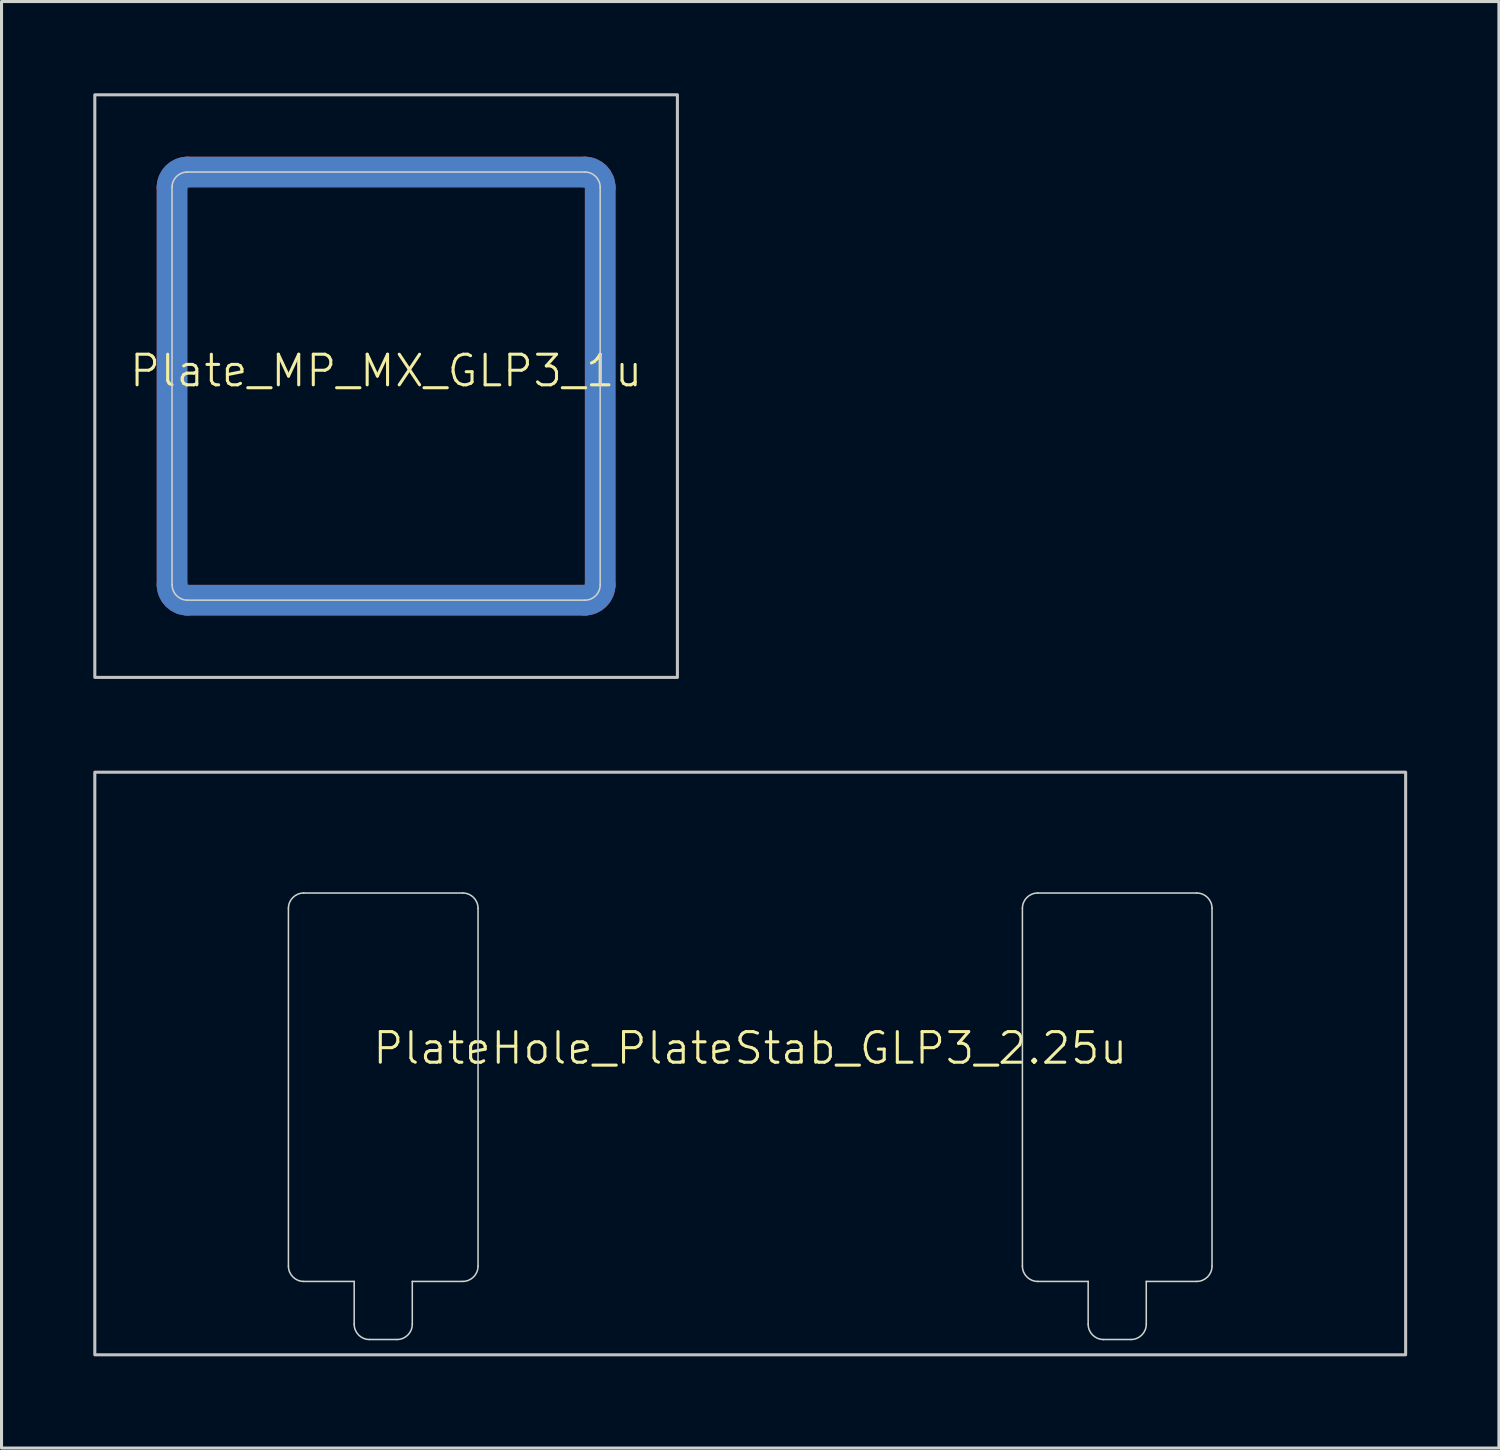
<source format=kicad_pcb>
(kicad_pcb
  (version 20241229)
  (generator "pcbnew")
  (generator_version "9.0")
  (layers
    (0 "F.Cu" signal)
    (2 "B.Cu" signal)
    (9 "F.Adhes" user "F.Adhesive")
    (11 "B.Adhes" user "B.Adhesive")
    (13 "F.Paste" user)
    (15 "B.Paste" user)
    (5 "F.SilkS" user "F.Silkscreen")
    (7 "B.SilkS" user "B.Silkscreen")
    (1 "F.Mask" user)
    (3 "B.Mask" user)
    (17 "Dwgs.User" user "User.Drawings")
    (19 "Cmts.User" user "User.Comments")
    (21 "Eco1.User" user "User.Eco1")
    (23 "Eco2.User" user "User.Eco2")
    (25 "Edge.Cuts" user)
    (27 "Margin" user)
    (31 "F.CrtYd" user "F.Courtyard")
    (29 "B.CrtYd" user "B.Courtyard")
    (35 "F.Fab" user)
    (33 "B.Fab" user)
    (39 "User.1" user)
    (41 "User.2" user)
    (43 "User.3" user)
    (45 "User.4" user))
  (footprint "Plate_MP_MX_GLP3_1u"
    (layer "F.Cu")
    (at 9.575 9.575)
    (property "Reference" "Plate_MP_MX_GLP3_1u" (at 0 -0.5 0) (unlocked yes) (layer "F.SilkS") (effects (font (size 1 1) (thickness 0.1))))
    (attr exclude_from_pos_files exclude_from_bom allow_missing_courtyard)
    (fp_line (start -7 -6.5) (end -7 6.5) (stroke (width 1) (type solid)) (layer "F.Cu"))
    (fp_line (start -6.5 7) (end 6.5 7) (stroke (width 1) (type solid)) (layer "F.Cu"))
    (fp_line (start 6.5 -7) (end -6.5 -7) (stroke (width 1) (type solid)) (layer "F.Cu"))
    (fp_line (start 7 6.5) (end 7 -6.5) (stroke (width 1) (type solid)) (layer "F.Cu"))
    (fp_arc (start -7 -6.5) (mid -6.853554 -6.853554) (end -6.5 -7) (stroke (width 1) (type solid)) (layer "F.Cu"))
    (fp_arc (start -6.497236 6.998884) (mid -6.85079 6.852438) (end -6.997236 6.498884) (stroke (width 1) (type solid)) (layer "F.Cu"))
    (fp_arc (start 6.5 -7) (mid 6.853554 -6.853554) (end 7 -6.5) (stroke (width 1) (type solid)) (layer "F.Cu"))
    (fp_arc (start 7 6.5) (mid 6.853554 6.853554) (end 6.5 7) (stroke (width 1) (type solid)) (layer "F.Cu"))
    (fp_line (start -7 -6.5) (end -7 6.5) (stroke (width 1.1) (type solid)) (layer "F.Mask"))
    (fp_line (start -6.5 7) (end 6.5 7) (stroke (width 1.1) (type solid)) (layer "F.Mask"))
    (fp_line (start 6.5 -7) (end -6.5 -7) (stroke (width 1.1) (type solid)) (layer "F.Mask"))
    (fp_line (start 7 6.5) (end 7 -6.5) (stroke (width 1.1) (type solid)) (layer "F.Mask"))
    (fp_arc (start -7 -6.5) (mid -6.853554 -6.853554) (end -6.5 -7) (stroke (width 1.1) (type solid)) (layer "F.Mask"))
    (fp_arc (start -6.497236 6.998884) (mid -6.85079 6.852438) (end -6.997236 6.498884) (stroke (width 1.1) (type solid)) (layer "F.Mask"))
    (fp_arc (start 6.5 -7) (mid 6.853554 -6.853554) (end 7 -6.5) (stroke (width 1.1) (type solid)) (layer "F.Mask"))
    (fp_arc (start 7 6.5) (mid 6.853554 6.853554) (end 6.5 7) (stroke (width 1.1) (type solid)) (layer "F.Mask"))
    (fp_line (start -7 6.5) (end -7 -6.5) (stroke (width 1) (type solid)) (layer "B.Cu"))
    (fp_line (start -6.5 -7) (end 6.5 -7) (stroke (width 1) (type solid)) (layer "B.Cu"))
    (fp_line (start 6.5 7) (end -6.5 7) (stroke (width 1) (type solid)) (layer "B.Cu"))
    (fp_line (start 7 -6.5) (end 7 6.5) (stroke (width 1) (type solid)) (layer "B.Cu"))
    (fp_arc (start -7 -6.5) (mid -6.853553 -6.853553) (end -6.5 -7) (stroke (width 1) (type solid)) (layer "B.Cu"))
    (fp_arc (start -6.5 7) (mid -6.853553 6.853553) (end -7 6.5) (stroke (width 1) (type solid)) (layer "B.Cu"))
    (fp_arc (start 6.5 -7) (mid 6.853554 -6.853554) (end 7 -6.5) (stroke (width 1) (type solid)) (layer "B.Cu"))
    (fp_arc (start 6.997236 6.498884) (mid 6.85079 6.852438) (end 6.497236 6.998884) (stroke (width 1) (type solid)) (layer "B.Cu"))
    (fp_line (start -7 6.5) (end -7 -6.5) (stroke (width 1.1) (type solid)) (layer "B.Mask"))
    (fp_line (start -6.5 -7) (end 6.5 -7) (stroke (width 1.1) (type solid)) (layer "B.Mask"))
    (fp_line (start 6.5 7) (end -6.5 7) (stroke (width 1.1) (type solid)) (layer "B.Mask"))
    (fp_line (start 7 -6.5) (end 7 6.5) (stroke (width 1.1) (type solid)) (layer "B.Mask"))
    (fp_arc (start -7 -6.5) (mid -6.853553 -6.853553) (end -6.5 -7) (stroke (width 1.1) (type solid)) (layer "B.Mask"))
    (fp_arc (start -6.5 7) (mid -6.853553 6.853553) (end -7 6.5) (stroke (width 1.1) (type solid)) (layer "B.Mask"))
    (fp_arc (start 6.5 -7) (mid 6.853554 -6.853554) (end 7 -6.5) (stroke (width 1.1) (type solid)) (layer "B.Mask"))
    (fp_arc (start 6.997236 6.498884) (mid 6.85079 6.852438) (end 6.497236 6.998884) (stroke (width 1.1) (type solid)) (layer "B.Mask"))
    (fp_rect (start -9.525 -9.525) (end 9.525 9.525) (stroke (width 0.1) (type solid)) (fill no) (layer "Dwgs.User"))
    (fp_line (start -7 -6.5) (end -7 6.5) (stroke (width 0.05) (type solid)) (layer "Edge.Cuts"))
    (fp_line (start -6.5 7) (end 6.5 7) (stroke (width 0.05) (type solid)) (layer "Edge.Cuts"))
    (fp_line (start 6.5 -7) (end -6.5 -7) (stroke (width 0.05) (type solid)) (layer "Edge.Cuts"))
    (fp_line (start 7 6.5) (end 7 -6.5) (stroke (width 0.05) (type solid)) (layer "Edge.Cuts"))
    (fp_arc (start -7 -6.5) (mid -6.853553 -6.853553) (end -6.5 -7) (stroke (width 0.05) (type solid)) (layer "Edge.Cuts"))
    (fp_arc (start -6.497236 6.998884) (mid -6.850789 6.852437) (end -6.997236 6.498884) (stroke (width 0.05) (type solid)) (layer "Edge.Cuts"))
    (fp_arc (start 6.5 -7) (mid 6.853554 -6.853554) (end 7 -6.5) (stroke (width 0.05) (type solid)) (layer "Edge.Cuts"))
    (fp_arc (start 7 6.5) (mid 6.853554 6.853554) (end 6.5 7) (stroke (width 0.05) (type solid)) (layer "Edge.Cuts")))
  (footprint "PlateHole_PlateStab_GLP3_2.25u"
    (layer "F.Cu")
    (at 21.481 31.725)
    (property "Reference" "PlateHole_PlateStab_GLP3_2.25u" (at 0 -0.5 0) (unlocked yes) (layer "F.SilkS") (effects (font (size 1 1) (thickness 0.1))))
    (attr exclude_from_pos_files exclude_from_bom allow_missing_courtyard)
    (fp_rect (start -21.431 -9.525) (end 21.431 9.525) (stroke (width 0.1) (type solid)) (fill no) (layer "Dwgs.User"))
    (fp_line (start -15.1 -5.075) (end -15.1 6.625) (stroke (width 0.05) (type default)) (layer "Edge.Cuts"))
    (fp_line (start -14.6 7.125) (end -12.95 7.125) (stroke (width 0.05) (type default)) (layer "Edge.Cuts"))
    (fp_line (start -12.95 8.525) (end -12.95 7.125) (stroke (width 0.05) (type default)) (layer "Edge.Cuts"))
    (fp_line (start -11.55 9.025) (end -12.45 9.025) (stroke (width 0.05) (type default)) (layer "Edge.Cuts"))
    (fp_line (start -11.05 7.125) (end -11.05 8.525) (stroke (width 0.05) (type default)) (layer "Edge.Cuts"))
    (fp_line (start -11.05 7.125) (end -9.4 7.125) (stroke (width 0.05) (type default)) (layer "Edge.Cuts"))
    (fp_line (start -9.4 -5.575) (end -14.6 -5.575) (stroke (width 0.05) (type default)) (layer "Edge.Cuts"))
    (fp_line (start -8.9 6.625) (end -8.9 -5.075) (stroke (width 0.05) (type default)) (layer "Edge.Cuts"))
    (fp_line (start 8.9 6.625) (end 8.9 -5.075) (stroke (width 0.05) (type default)) (layer "Edge.Cuts"))
    (fp_line (start 9.4 -5.575) (end 14.6 -5.575) (stroke (width 0.05) (type default)) (layer "Edge.Cuts"))
    (fp_line (start 11.05 7.125) (end 9.4 7.125) (stroke (width 0.05) (type default)) (layer "Edge.Cuts"))
    (fp_line (start 11.05 8.525) (end 11.05 7.125) (stroke (width 0.05) (type default)) (layer "Edge.Cuts"))
    (fp_line (start 12.45 9.025) (end 11.55 9.025) (stroke (width 0.05) (type default)) (layer "Edge.Cuts"))
    (fp_line (start 12.95 7.125) (end 12.95 8.525) (stroke (width 0.05) (type default)) (layer "Edge.Cuts"))
    (fp_line (start 12.95 7.125) (end 14.6 7.125) (stroke (width 0.05) (type default)) (layer "Edge.Cuts"))
    (fp_line (start 15.1 -5.075) (end 15.1 6.625) (stroke (width 0.05) (type default)) (layer "Edge.Cuts"))
    (fp_arc (start -15.1 -5.075) (mid -14.953553 -5.428553) (end -14.6 -5.575) (stroke (width 0.05) (type default)) (layer "Edge.Cuts"))
    (fp_arc (start -14.6 7.125) (mid -14.953553 6.978553) (end -15.1 6.625) (stroke (width 0.05) (type default)) (layer "Edge.Cuts"))
    (fp_arc (start -12.45 9.025) (mid -12.803553 8.878553) (end -12.95 8.525) (stroke (width 0.05) (type default)) (layer "Edge.Cuts"))
    (fp_arc (start -11.05 8.525) (mid -11.196447 8.878553) (end -11.55 9.025) (stroke (width 0.05) (type default)) (layer "Edge.Cuts"))
    (fp_arc (start -9.4 -5.575) (mid -9.046447 -5.428553) (end -8.9 -5.075) (stroke (width 0.05) (type default)) (layer "Edge.Cuts"))
    (fp_arc (start -8.9 6.625) (mid -9.046447 6.978553) (end -9.4 7.125) (stroke (width 0.05) (type default)) (layer "Edge.Cuts"))
    (fp_arc (start 8.9 -5.075) (mid 9.046447 -5.428553) (end 9.4 -5.575) (stroke (width 0.05) (type default)) (layer "Edge.Cuts"))
    (fp_arc (start 9.4 7.125) (mid 9.046447 6.978553) (end 8.9 6.625) (stroke (width 0.05) (type default)) (layer "Edge.Cuts"))
    (fp_arc (start 11.55 9.025) (mid 11.196447 8.878553) (end 11.05 8.525) (stroke (width 0.05) (type default)) (layer "Edge.Cuts"))
    (fp_arc (start 12.95 8.525) (mid 12.803553 8.878553) (end 12.45 9.025) (stroke (width 0.05) (type default)) (layer "Edge.Cuts"))
    (fp_arc (start 14.6 -5.575) (mid 14.953553 -5.428553) (end 15.1 -5.075) (stroke (width 0.05) (type default)) (layer "Edge.Cuts"))
    (fp_arc (start 15.1 6.625) (mid 14.953553 6.978553) (end 14.6 7.125) (stroke (width 0.05) (type default)) (layer "Edge.Cuts"))
    (zone (net_name "") (layers "F.Cu" "B.Cu" "Edge.Cuts") (hatch edge 0.5) (connect_pads) (min_thickness 0.25) (filled_areas_thickness no) (keepout (tracks allowed) (vias allowed) (pads allowed) (copperpour not_allowed) (footprints allowed)) (placement (enabled no)) (fill) (polygon (pts (xy 5.881 25.65) (xy 5.881 39.35) (xy 8.031 39.35) (xy 8.031 41.25) (xy 10.931 41.25) (xy 10.931 39.35) (xy 13.081 39.35) (xy 13.081 25.65))))
    (zone (net_name "") (layers "F.Cu" "B.Cu" "Edge.Cuts") (hatch edge 0.5) (connect_pads) (min_thickness 0.25) (filled_areas_thickness no) (keepout (tracks allowed) (vias allowed) (pads allowed) (copperpour not_allowed) (footprints allowed)) (placement (enabled no)) (fill) (polygon (pts (xy 29.881 25.65) (xy 29.881 39.35) (xy 32.031 39.35) (xy 32.031 41.25) (xy 34.931 41.25) (xy 34.931 39.35) (xy 37.081 39.35) (xy 37.081 25.65)))))
  (gr_rect
    (start -3 -3)
    (end 45.962 44.3)
    (stroke (width 0.1) (type default))
    (fill no)
    (layer "Edge.Cuts")))
</source>
